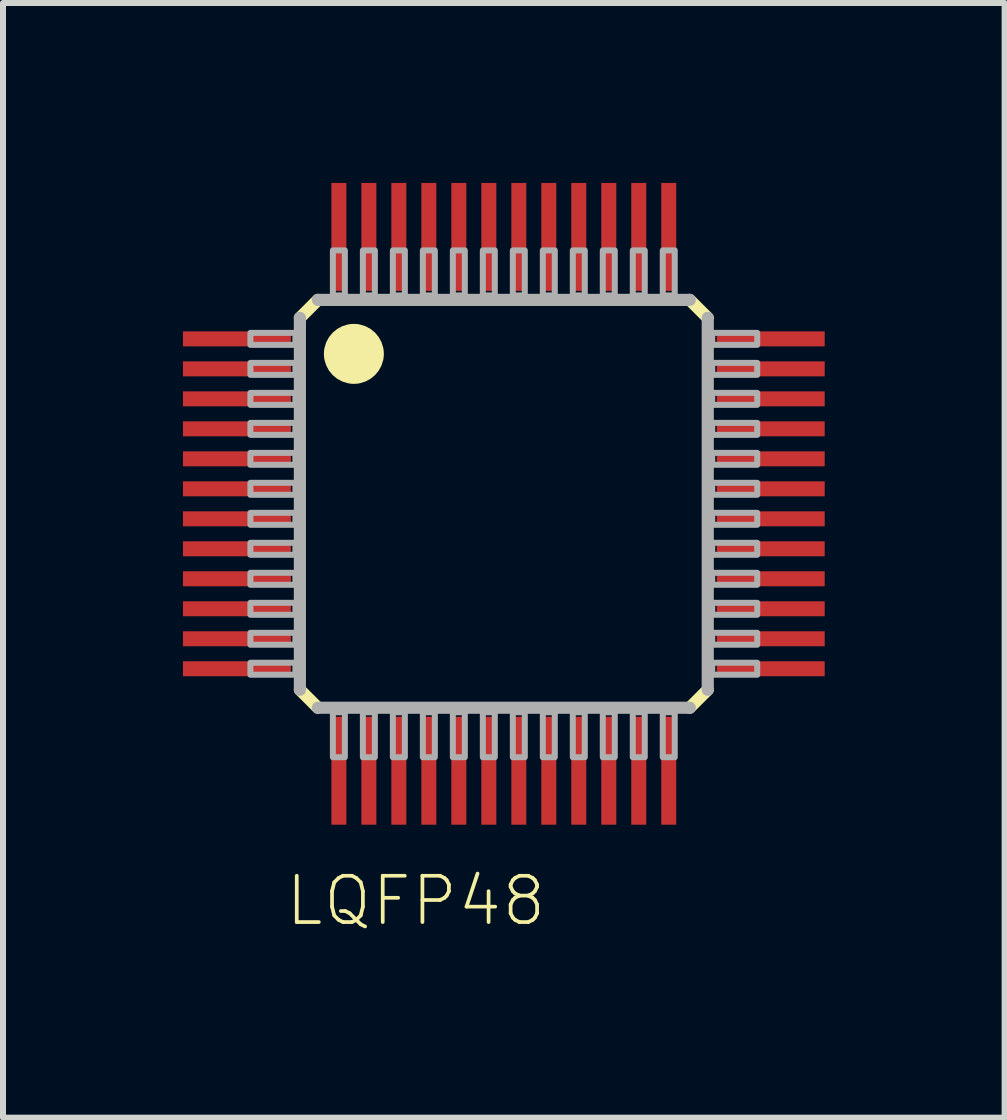
<source format=kicad_pcb>
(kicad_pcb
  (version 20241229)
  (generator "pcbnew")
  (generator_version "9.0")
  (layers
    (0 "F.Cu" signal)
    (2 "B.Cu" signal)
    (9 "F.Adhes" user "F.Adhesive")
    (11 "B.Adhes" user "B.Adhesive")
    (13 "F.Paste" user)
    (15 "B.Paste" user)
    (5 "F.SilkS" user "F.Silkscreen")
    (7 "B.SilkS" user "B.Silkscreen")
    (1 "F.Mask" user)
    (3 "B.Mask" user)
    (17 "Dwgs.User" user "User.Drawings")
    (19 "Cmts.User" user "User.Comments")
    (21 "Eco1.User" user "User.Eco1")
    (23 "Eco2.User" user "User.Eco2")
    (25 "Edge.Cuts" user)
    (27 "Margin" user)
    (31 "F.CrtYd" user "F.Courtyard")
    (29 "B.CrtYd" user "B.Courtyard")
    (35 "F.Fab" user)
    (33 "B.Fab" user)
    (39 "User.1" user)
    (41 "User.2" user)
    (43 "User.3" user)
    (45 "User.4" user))
  (footprint "LQFP48"
    (layer "F.Cu")
    (at 5.35 5.35)
    (property "Reference" "LQFP48" (at -3.677 7.071 180) (layer "F.SilkS") (effects (font (size 0.772 0.772) (thickness 0.062)) (justify left bottom)))
    (attr through_hole)
    (fp_poly (pts (xy -4.45 -2.55) (xy -3.45 -2.55) (xy -3.45 -2.95) (xy -4.45 -2.95)) (stroke (width 0) (type solid)) (fill yes) (layer "F.Mask"))
    (fp_poly (pts (xy -4.45 -2.05) (xy -3.45 -2.05) (xy -3.45 -2.45) (xy -4.45 -2.45)) (stroke (width 0) (type solid)) (fill yes) (layer "F.Mask"))
    (fp_poly (pts (xy -4.45 -1.55) (xy -3.45 -1.55) (xy -3.45 -1.95) (xy -4.45 -1.95)) (stroke (width 0) (type solid)) (fill yes) (layer "F.Mask"))
    (fp_poly (pts (xy -4.45 -1.05) (xy -3.45 -1.05) (xy -3.45 -1.45) (xy -4.45 -1.45)) (stroke (width 0) (type solid)) (fill yes) (layer "F.Mask"))
    (fp_poly (pts (xy -4.45 -0.55) (xy -3.45 -0.55) (xy -3.45 -0.95) (xy -4.45 -0.95)) (stroke (width 0) (type solid)) (fill yes) (layer "F.Mask"))
    (fp_poly (pts (xy -4.45 -0.05) (xy -3.45 -0.05) (xy -3.45 -0.45) (xy -4.45 -0.45)) (stroke (width 0) (type solid)) (fill yes) (layer "F.Mask"))
    (fp_poly (pts (xy -4.45 0.45) (xy -3.45 0.45) (xy -3.45 0.05) (xy -4.45 0.05)) (stroke (width 0) (type solid)) (fill yes) (layer "F.Mask"))
    (fp_poly (pts (xy -4.45 0.95) (xy -3.45 0.95) (xy -3.45 0.55) (xy -4.45 0.55)) (stroke (width 0) (type solid)) (fill yes) (layer "F.Mask"))
    (fp_poly (pts (xy -4.45 1.45) (xy -3.45 1.45) (xy -3.45 1.05) (xy -4.45 1.05)) (stroke (width 0) (type solid)) (fill yes) (layer "F.Mask"))
    (fp_poly (pts (xy -4.45 1.95) (xy -3.45 1.95) (xy -3.45 1.55) (xy -4.45 1.55)) (stroke (width 0) (type solid)) (fill yes) (layer "F.Mask"))
    (fp_poly (pts (xy -4.45 2.45) (xy -3.45 2.45) (xy -3.45 2.05) (xy -4.45 2.05)) (stroke (width 0) (type solid)) (fill yes) (layer "F.Mask"))
    (fp_poly (pts (xy -4.45 2.95) (xy -3.45 2.95) (xy -3.45 2.55) (xy -4.45 2.55)) (stroke (width 0) (type solid)) (fill yes) (layer "F.Mask"))
    (fp_poly (pts (xy -2.95 -4.45) (xy -2.95 -3.45) (xy -2.55 -3.45) (xy -2.55 -4.45)) (stroke (width 0) (type solid)) (fill yes) (layer "F.Mask"))
    (fp_poly (pts (xy -2.55 4.45) (xy -2.55 3.45) (xy -2.95 3.45) (xy -2.95 4.45)) (stroke (width 0) (type solid)) (fill yes) (layer "F.Mask"))
    (fp_poly (pts (xy -2.45 -4.45) (xy -2.45 -3.45) (xy -2.05 -3.45) (xy -2.05 -4.45)) (stroke (width 0) (type solid)) (fill yes) (layer "F.Mask"))
    (fp_poly (pts (xy -2.05 4.45) (xy -2.05 3.45) (xy -2.45 3.45) (xy -2.45 4.45)) (stroke (width 0) (type solid)) (fill yes) (layer "F.Mask"))
    (fp_poly (pts (xy -1.95 -4.45) (xy -1.95 -3.45) (xy -1.55 -3.45) (xy -1.55 -4.45)) (stroke (width 0) (type solid)) (fill yes) (layer "F.Mask"))
    (fp_poly (pts (xy -1.55 4.45) (xy -1.55 3.45) (xy -1.95 3.45) (xy -1.95 4.45)) (stroke (width 0) (type solid)) (fill yes) (layer "F.Mask"))
    (fp_poly (pts (xy -1.45 -4.45) (xy -1.45 -3.45) (xy -1.05 -3.45) (xy -1.05 -4.45)) (stroke (width 0) (type solid)) (fill yes) (layer "F.Mask"))
    (fp_poly (pts (xy -1.05 4.45) (xy -1.05 3.45) (xy -1.45 3.45) (xy -1.45 4.45)) (stroke (width 0) (type solid)) (fill yes) (layer "F.Mask"))
    (fp_poly (pts (xy -0.95 -4.45) (xy -0.95 -3.45) (xy -0.55 -3.45) (xy -0.55 -4.45)) (stroke (width 0) (type solid)) (fill yes) (layer "F.Mask"))
    (fp_poly (pts (xy -0.55 4.45) (xy -0.55 3.45) (xy -0.95 3.45) (xy -0.95 4.45)) (stroke (width 0) (type solid)) (fill yes) (layer "F.Mask"))
    (fp_poly (pts (xy -0.45 -4.45) (xy -0.45 -3.45) (xy -0.05 -3.45) (xy -0.05 -4.45)) (stroke (width 0) (type solid)) (fill yes) (layer "F.Mask"))
    (fp_poly (pts (xy -0.05 4.45) (xy -0.05 3.45) (xy -0.45 3.45) (xy -0.45 4.45)) (stroke (width 0) (type solid)) (fill yes) (layer "F.Mask"))
    (fp_poly (pts (xy 0.05 -4.45) (xy 0.05 -3.45) (xy 0.45 -3.45) (xy 0.45 -4.45)) (stroke (width 0) (type solid)) (fill yes) (layer "F.Mask"))
    (fp_poly (pts (xy 0.45 4.45) (xy 0.45 3.45) (xy 0.05 3.45) (xy 0.05 4.45)) (stroke (width 0) (type solid)) (fill yes) (layer "F.Mask"))
    (fp_poly (pts (xy 0.55 -4.45) (xy 0.55 -3.45) (xy 0.95 -3.45) (xy 0.95 -4.45)) (stroke (width 0) (type solid)) (fill yes) (layer "F.Mask"))
    (fp_poly (pts (xy 0.95 4.45) (xy 0.95 3.45) (xy 0.55 3.45) (xy 0.55 4.45)) (stroke (width 0) (type solid)) (fill yes) (layer "F.Mask"))
    (fp_poly (pts (xy 1.05 -4.45) (xy 1.05 -3.45) (xy 1.45 -3.45) (xy 1.45 -4.45)) (stroke (width 0) (type solid)) (fill yes) (layer "F.Mask"))
    (fp_poly (pts (xy 1.45 4.45) (xy 1.45 3.45) (xy 1.05 3.45) (xy 1.05 4.45)) (stroke (width 0) (type solid)) (fill yes) (layer "F.Mask"))
    (fp_poly (pts (xy 1.55 -4.45) (xy 1.55 -3.45) (xy 1.95 -3.45) (xy 1.95 -4.45)) (stroke (width 0) (type solid)) (fill yes) (layer "F.Mask"))
    (fp_poly (pts (xy 1.95 4.45) (xy 1.95 3.45) (xy 1.55 3.45) (xy 1.55 4.45)) (stroke (width 0) (type solid)) (fill yes) (layer "F.Mask"))
    (fp_poly (pts (xy 2.05 -4.45) (xy 2.05 -3.45) (xy 2.45 -3.45) (xy 2.45 -4.45)) (stroke (width 0) (type solid)) (fill yes) (layer "F.Mask"))
    (fp_poly (pts (xy 2.45 4.45) (xy 2.45 3.45) (xy 2.05 3.45) (xy 2.05 4.45)) (stroke (width 0) (type solid)) (fill yes) (layer "F.Mask"))
    (fp_poly (pts (xy 2.55 -4.45) (xy 2.55 -3.45) (xy 2.95 -3.45) (xy 2.95 -4.45)) (stroke (width 0) (type solid)) (fill yes) (layer "F.Mask"))
    (fp_poly (pts (xy 2.95 4.45) (xy 2.95 3.45) (xy 2.55 3.45) (xy 2.55 4.45)) (stroke (width 0) (type solid)) (fill yes) (layer "F.Mask"))
    (fp_poly (pts (xy 4.45 -2.95) (xy 3.45 -2.95) (xy 3.45 -2.55) (xy 4.45 -2.55)) (stroke (width 0) (type solid)) (fill yes) (layer "F.Mask"))
    (fp_poly (pts (xy 4.45 -2.45) (xy 3.45 -2.45) (xy 3.45 -2.05) (xy 4.45 -2.05)) (stroke (width 0) (type solid)) (fill yes) (layer "F.Mask"))
    (fp_poly (pts (xy 4.45 -1.95) (xy 3.45 -1.95) (xy 3.45 -1.55) (xy 4.45 -1.55)) (stroke (width 0) (type solid)) (fill yes) (layer "F.Mask"))
    (fp_poly (pts (xy 4.45 -1.45) (xy 3.45 -1.45) (xy 3.45 -1.05) (xy 4.45 -1.05)) (stroke (width 0) (type solid)) (fill yes) (layer "F.Mask"))
    (fp_poly (pts (xy 4.45 -0.95) (xy 3.45 -0.95) (xy 3.45 -0.55) (xy 4.45 -0.55)) (stroke (width 0) (type solid)) (fill yes) (layer "F.Mask"))
    (fp_poly (pts (xy 4.45 -0.45) (xy 3.45 -0.45) (xy 3.45 -0.05) (xy 4.45 -0.05)) (stroke (width 0) (type solid)) (fill yes) (layer "F.Mask"))
    (fp_poly (pts (xy 4.45 0.05) (xy 3.45 0.05) (xy 3.45 0.45) (xy 4.45 0.45)) (stroke (width 0) (type solid)) (fill yes) (layer "F.Mask"))
    (fp_poly (pts (xy 4.45 0.55) (xy 3.45 0.55) (xy 3.45 0.95) (xy 4.45 0.95)) (stroke (width 0) (type solid)) (fill yes) (layer "F.Mask"))
    (fp_poly (pts (xy 4.45 1.05) (xy 3.45 1.05) (xy 3.45 1.45) (xy 4.45 1.45)) (stroke (width 0) (type solid)) (fill yes) (layer "F.Mask"))
    (fp_poly (pts (xy 4.45 1.55) (xy 3.45 1.55) (xy 3.45 1.95) (xy 4.45 1.95)) (stroke (width 0) (type solid)) (fill yes) (layer "F.Mask"))
    (fp_poly (pts (xy 4.45 2.05) (xy 3.45 2.05) (xy 3.45 2.45) (xy 4.45 2.45)) (stroke (width 0) (type solid)) (fill yes) (layer "F.Mask"))
    (fp_poly (pts (xy 4.45 2.55) (xy 3.45 2.55) (xy 3.45 2.95) (xy 4.45 2.95)) (stroke (width 0) (type solid)) (fill yes) (layer "F.Mask"))
    (fp_line (start -3.4 -3.1) (end -3.1 -3.4) (stroke (width 0.203) (type solid)) (layer "F.SilkS"))
    (fp_line (start -3.1 3.4) (end -3.4 3.1) (stroke (width 0.203) (type solid)) (layer "F.SilkS"))
    (fp_line (start 3.1 -3.4) (end 3.4 -3.1) (stroke (width 0.203) (type solid)) (layer "F.SilkS"))
    (fp_line (start 3.4 3.1) (end 3.1 3.4) (stroke (width 0.203) (type solid)) (layer "F.SilkS"))
    (fp_circle (center -2.5 -2.5) (end -2.25 -2.5) (stroke (width 0.5) (type solid)) (fill no) (layer "F.SilkS"))
    (fp_poly (pts (xy -4.375 -2.625) (xy -3.525 -2.625) (xy -3.525 -2.875) (xy -4.375 -2.875)) (stroke (width 0) (type solid)) (fill yes) (layer "F.Paste"))
    (fp_poly (pts (xy -4.375 -2.125) (xy -3.525 -2.125) (xy -3.525 -2.375) (xy -4.375 -2.375)) (stroke (width 0) (type solid)) (fill yes) (layer "F.Paste"))
    (fp_poly (pts (xy -4.375 -1.625) (xy -3.525 -1.625) (xy -3.525 -1.875) (xy -4.375 -1.875)) (stroke (width 0) (type solid)) (fill yes) (layer "F.Paste"))
    (fp_poly (pts (xy -4.375 -1.125) (xy -3.525 -1.125) (xy -3.525 -1.375) (xy -4.375 -1.375)) (stroke (width 0) (type solid)) (fill yes) (layer "F.Paste"))
    (fp_poly (pts (xy -4.375 -0.625) (xy -3.525 -0.625) (xy -3.525 -0.875) (xy -4.375 -0.875)) (stroke (width 0) (type solid)) (fill yes) (layer "F.Paste"))
    (fp_poly (pts (xy -4.375 -0.125) (xy -3.525 -0.125) (xy -3.525 -0.375) (xy -4.375 -0.375)) (stroke (width 0) (type solid)) (fill yes) (layer "F.Paste"))
    (fp_poly (pts (xy -4.375 0.375) (xy -3.525 0.375) (xy -3.525 0.125) (xy -4.375 0.125)) (stroke (width 0) (type solid)) (fill yes) (layer "F.Paste"))
    (fp_poly (pts (xy -4.375 0.875) (xy -3.525 0.875) (xy -3.525 0.625) (xy -4.375 0.625)) (stroke (width 0) (type solid)) (fill yes) (layer "F.Paste"))
    (fp_poly (pts (xy -4.375 1.375) (xy -3.525 1.375) (xy -3.525 1.125) (xy -4.375 1.125)) (stroke (width 0) (type solid)) (fill yes) (layer "F.Paste"))
    (fp_poly (pts (xy -4.375 1.875) (xy -3.525 1.875) (xy -3.525 1.625) (xy -4.375 1.625)) (stroke (width 0) (type solid)) (fill yes) (layer "F.Paste"))
    (fp_poly (pts (xy -4.375 2.375) (xy -3.525 2.375) (xy -3.525 2.125) (xy -4.375 2.125)) (stroke (width 0) (type solid)) (fill yes) (layer "F.Paste"))
    (fp_poly (pts (xy -4.375 2.875) (xy -3.525 2.875) (xy -3.525 2.625) (xy -4.375 2.625)) (stroke (width 0) (type solid)) (fill yes) (layer "F.Paste"))
    (fp_poly (pts (xy -2.875 -4.375) (xy -2.875 -3.525) (xy -2.625 -3.525) (xy -2.625 -4.375)) (stroke (width 0) (type solid)) (fill yes) (layer "F.Paste"))
    (fp_poly (pts (xy -2.625 4.375) (xy -2.625 3.525) (xy -2.875 3.525) (xy -2.875 4.375)) (stroke (width 0) (type solid)) (fill yes) (layer "F.Paste"))
    (fp_poly (pts (xy -2.375 -4.375) (xy -2.375 -3.525) (xy -2.125 -3.525) (xy -2.125 -4.375)) (stroke (width 0) (type solid)) (fill yes) (layer "F.Paste"))
    (fp_poly (pts (xy -2.125 4.375) (xy -2.125 3.525) (xy -2.375 3.525) (xy -2.375 4.375)) (stroke (width 0) (type solid)) (fill yes) (layer "F.Paste"))
    (fp_poly (pts (xy -1.875 -4.375) (xy -1.875 -3.525) (xy -1.625 -3.525) (xy -1.625 -4.375)) (stroke (width 0) (type solid)) (fill yes) (layer "F.Paste"))
    (fp_poly (pts (xy -1.625 4.375) (xy -1.625 3.525) (xy -1.875 3.525) (xy -1.875 4.375)) (stroke (width 0) (type solid)) (fill yes) (layer "F.Paste"))
    (fp_poly (pts (xy -1.375 -4.375) (xy -1.375 -3.525) (xy -1.125 -3.525) (xy -1.125 -4.375)) (stroke (width 0) (type solid)) (fill yes) (layer "F.Paste"))
    (fp_poly (pts (xy -1.125 4.375) (xy -1.125 3.525) (xy -1.375 3.525) (xy -1.375 4.375)) (stroke (width 0) (type solid)) (fill yes) (layer "F.Paste"))
    (fp_poly (pts (xy -0.875 -4.375) (xy -0.875 -3.525) (xy -0.625 -3.525) (xy -0.625 -4.375)) (stroke (width 0) (type solid)) (fill yes) (layer "F.Paste"))
    (fp_poly (pts (xy -0.625 4.375) (xy -0.625 3.525) (xy -0.875 3.525) (xy -0.875 4.375)) (stroke (width 0) (type solid)) (fill yes) (layer "F.Paste"))
    (fp_poly (pts (xy -0.375 -4.375) (xy -0.375 -3.525) (xy -0.125 -3.525) (xy -0.125 -4.375)) (stroke (width 0) (type solid)) (fill yes) (layer "F.Paste"))
    (fp_poly (pts (xy -0.125 4.375) (xy -0.125 3.525) (xy -0.375 3.525) (xy -0.375 4.375)) (stroke (width 0) (type solid)) (fill yes) (layer "F.Paste"))
    (fp_poly (pts (xy 0.125 -4.375) (xy 0.125 -3.525) (xy 0.375 -3.525) (xy 0.375 -4.375)) (stroke (width 0) (type solid)) (fill yes) (layer "F.Paste"))
    (fp_poly (pts (xy 0.375 4.375) (xy 0.375 3.525) (xy 0.125 3.525) (xy 0.125 4.375)) (stroke (width 0) (type solid)) (fill yes) (layer "F.Paste"))
    (fp_poly (pts (xy 0.625 -4.375) (xy 0.625 -3.525) (xy 0.875 -3.525) (xy 0.875 -4.375)) (stroke (width 0) (type solid)) (fill yes) (layer "F.Paste"))
    (fp_poly (pts (xy 0.875 4.375) (xy 0.875 3.525) (xy 0.625 3.525) (xy 0.625 4.375)) (stroke (width 0) (type solid)) (fill yes) (layer "F.Paste"))
    (fp_poly (pts (xy 1.125 -4.375) (xy 1.125 -3.525) (xy 1.375 -3.525) (xy 1.375 -4.375)) (stroke (width 0) (type solid)) (fill yes) (layer "F.Paste"))
    (fp_poly (pts (xy 1.375 4.375) (xy 1.375 3.525) (xy 1.125 3.525) (xy 1.125 4.375)) (stroke (width 0) (type solid)) (fill yes) (layer "F.Paste"))
    (fp_poly (pts (xy 1.625 -4.375) (xy 1.625 -3.525) (xy 1.875 -3.525) (xy 1.875 -4.375)) (stroke (width 0) (type solid)) (fill yes) (layer "F.Paste"))
    (fp_poly (pts (xy 1.875 4.375) (xy 1.875 3.525) (xy 1.625 3.525) (xy 1.625 4.375)) (stroke (width 0) (type solid)) (fill yes) (layer "F.Paste"))
    (fp_poly (pts (xy 2.125 -4.375) (xy 2.125 -3.525) (xy 2.375 -3.525) (xy 2.375 -4.375)) (stroke (width 0) (type solid)) (fill yes) (layer "F.Paste"))
    (fp_poly (pts (xy 2.375 4.375) (xy 2.375 3.525) (xy 2.125 3.525) (xy 2.125 4.375)) (stroke (width 0) (type solid)) (fill yes) (layer "F.Paste"))
    (fp_poly (pts (xy 2.625 -4.375) (xy 2.625 -3.525) (xy 2.875 -3.525) (xy 2.875 -4.375)) (stroke (width 0) (type solid)) (fill yes) (layer "F.Paste"))
    (fp_poly (pts (xy 2.875 4.375) (xy 2.875 3.525) (xy 2.625 3.525) (xy 2.625 4.375)) (stroke (width 0) (type solid)) (fill yes) (layer "F.Paste"))
    (fp_poly (pts (xy 4.375 -2.875) (xy 3.525 -2.875) (xy 3.525 -2.625) (xy 4.375 -2.625)) (stroke (width 0) (type solid)) (fill yes) (layer "F.Paste"))
    (fp_poly (pts (xy 4.375 -2.375) (xy 3.525 -2.375) (xy 3.525 -2.125) (xy 4.375 -2.125)) (stroke (width 0) (type solid)) (fill yes) (layer "F.Paste"))
    (fp_poly (pts (xy 4.375 -1.875) (xy 3.525 -1.875) (xy 3.525 -1.625) (xy 4.375 -1.625)) (stroke (width 0) (type solid)) (fill yes) (layer "F.Paste"))
    (fp_poly (pts (xy 4.375 -1.375) (xy 3.525 -1.375) (xy 3.525 -1.125) (xy 4.375 -1.125)) (stroke (width 0) (type solid)) (fill yes) (layer "F.Paste"))
    (fp_poly (pts (xy 4.375 -0.875) (xy 3.525 -0.875) (xy 3.525 -0.625) (xy 4.375 -0.625)) (stroke (width 0) (type solid)) (fill yes) (layer "F.Paste"))
    (fp_poly (pts (xy 4.375 -0.375) (xy 3.525 -0.375) (xy 3.525 -0.125) (xy 4.375 -0.125)) (stroke (width 0) (type solid)) (fill yes) (layer "F.Paste"))
    (fp_poly (pts (xy 4.375 0.125) (xy 3.525 0.125) (xy 3.525 0.375) (xy 4.375 0.375)) (stroke (width 0) (type solid)) (fill yes) (layer "F.Paste"))
    (fp_poly (pts (xy 4.375 0.625) (xy 3.525 0.625) (xy 3.525 0.875) (xy 4.375 0.875)) (stroke (width 0) (type solid)) (fill yes) (layer "F.Paste"))
    (fp_poly (pts (xy 4.375 1.125) (xy 3.525 1.125) (xy 3.525 1.375) (xy 4.375 1.375)) (stroke (width 0) (type solid)) (fill yes) (layer "F.Paste"))
    (fp_poly (pts (xy 4.375 1.625) (xy 3.525 1.625) (xy 3.525 1.875) (xy 4.375 1.875)) (stroke (width 0) (type solid)) (fill yes) (layer "F.Paste"))
    (fp_poly (pts (xy 4.375 2.125) (xy 3.525 2.125) (xy 3.525 2.375) (xy 4.375 2.375)) (stroke (width 0) (type solid)) (fill yes) (layer "F.Paste"))
    (fp_poly (pts (xy 4.375 2.625) (xy 3.525 2.625) (xy 3.525 2.875) (xy 4.375 2.875)) (stroke (width 0) (type solid)) (fill yes) (layer "F.Paste"))
    (fp_line (start -3.4 3.1) (end -3.4 -3.1) (stroke (width 0.203) (type solid)) (layer "F.Fab"))
    (fp_line (start -3.1 -3.4) (end 3.1 -3.4) (stroke (width 0.203) (type solid)) (layer "F.Fab"))
    (fp_line (start 3.1 3.4) (end -3.1 3.4) (stroke (width 0.203) (type solid)) (layer "F.Fab"))
    (fp_line (start 3.4 -3.1) (end 3.4 3.1) (stroke (width 0.203) (type solid)) (layer "F.Fab"))
    (fp_poly (pts (xy -4.225 -2.65) (xy -3.475 -2.65) (xy -3.475 -2.85) (xy -4.225 -2.85)) (stroke (width 0.1) (type solid)) (fill no) (layer "F.Fab"))
    (fp_poly (pts (xy -4.225 -2.15) (xy -3.475 -2.15) (xy -3.475 -2.35) (xy -4.225 -2.35)) (stroke (width 0.1) (type solid)) (fill no) (layer "F.Fab"))
    (fp_poly (pts (xy -4.225 -1.65) (xy -3.475 -1.65) (xy -3.475 -1.85) (xy -4.225 -1.85)) (stroke (width 0.1) (type solid)) (fill no) (layer "F.Fab"))
    (fp_poly (pts (xy -4.225 -1.15) (xy -3.475 -1.15) (xy -3.475 -1.35) (xy -4.225 -1.35)) (stroke (width 0.1) (type solid)) (fill no) (layer "F.Fab"))
    (fp_poly (pts (xy -4.225 -0.65) (xy -3.475 -0.65) (xy -3.475 -0.85) (xy -4.225 -0.85)) (stroke (width 0.1) (type solid)) (fill no) (layer "F.Fab"))
    (fp_poly (pts (xy -4.225 -0.15) (xy -3.475 -0.15) (xy -3.475 -0.35) (xy -4.225 -0.35)) (stroke (width 0.1) (type solid)) (fill no) (layer "F.Fab"))
    (fp_poly (pts (xy -4.225 0.35) (xy -3.475 0.35) (xy -3.475 0.15) (xy -4.225 0.15)) (stroke (width 0.1) (type solid)) (fill no) (layer "F.Fab"))
    (fp_poly (pts (xy -4.225 0.85) (xy -3.475 0.85) (xy -3.475 0.65) (xy -4.225 0.65)) (stroke (width 0.1) (type solid)) (fill no) (layer "F.Fab"))
    (fp_poly (pts (xy -4.225 1.35) (xy -3.475 1.35) (xy -3.475 1.15) (xy -4.225 1.15)) (stroke (width 0.1) (type solid)) (fill no) (layer "F.Fab"))
    (fp_poly (pts (xy -4.225 1.85) (xy -3.475 1.85) (xy -3.475 1.65) (xy -4.225 1.65)) (stroke (width 0.1) (type solid)) (fill no) (layer "F.Fab"))
    (fp_poly (pts (xy -4.225 2.35) (xy -3.475 2.35) (xy -3.475 2.15) (xy -4.225 2.15)) (stroke (width 0.1) (type solid)) (fill no) (layer "F.Fab"))
    (fp_poly (pts (xy -4.225 2.85) (xy -3.475 2.85) (xy -3.475 2.65) (xy -4.225 2.65)) (stroke (width 0.1) (type solid)) (fill no) (layer "F.Fab"))
    (fp_poly (pts (xy -2.85 -4.225) (xy -2.85 -3.475) (xy -2.65 -3.475) (xy -2.65 -4.225)) (stroke (width 0.1) (type solid)) (fill no) (layer "F.Fab"))
    (fp_poly (pts (xy -2.65 4.225) (xy -2.65 3.475) (xy -2.85 3.475) (xy -2.85 4.225)) (stroke (width 0.1) (type solid)) (fill no) (layer "F.Fab"))
    (fp_poly (pts (xy -2.35 -4.225) (xy -2.35 -3.475) (xy -2.15 -3.475) (xy -2.15 -4.225)) (stroke (width 0.1) (type solid)) (fill no) (layer "F.Fab"))
    (fp_poly (pts (xy -2.15 4.225) (xy -2.15 3.475) (xy -2.35 3.475) (xy -2.35 4.225)) (stroke (width 0.1) (type solid)) (fill no) (layer "F.Fab"))
    (fp_poly (pts (xy -1.85 -4.225) (xy -1.85 -3.475) (xy -1.65 -3.475) (xy -1.65 -4.225)) (stroke (width 0.1) (type solid)) (fill no) (layer "F.Fab"))
    (fp_poly (pts (xy -1.65 4.225) (xy -1.65 3.475) (xy -1.85 3.475) (xy -1.85 4.225)) (stroke (width 0.1) (type solid)) (fill no) (layer "F.Fab"))
    (fp_poly (pts (xy -1.35 -4.225) (xy -1.35 -3.475) (xy -1.15 -3.475) (xy -1.15 -4.225)) (stroke (width 0.1) (type solid)) (fill no) (layer "F.Fab"))
    (fp_poly (pts (xy -1.15 4.225) (xy -1.15 3.475) (xy -1.35 3.475) (xy -1.35 4.225)) (stroke (width 0.1) (type solid)) (fill no) (layer "F.Fab"))
    (fp_poly (pts (xy -0.85 -4.225) (xy -0.85 -3.475) (xy -0.65 -3.475) (xy -0.65 -4.225)) (stroke (width 0.1) (type solid)) (fill no) (layer "F.Fab"))
    (fp_poly (pts (xy -0.65 4.225) (xy -0.65 3.475) (xy -0.85 3.475) (xy -0.85 4.225)) (stroke (width 0.1) (type solid)) (fill no) (layer "F.Fab"))
    (fp_poly (pts (xy -0.35 -4.225) (xy -0.35 -3.475) (xy -0.15 -3.475) (xy -0.15 -4.225)) (stroke (width 0.1) (type solid)) (fill no) (layer "F.Fab"))
    (fp_poly (pts (xy -0.15 4.225) (xy -0.15 3.475) (xy -0.35 3.475) (xy -0.35 4.225)) (stroke (width 0.1) (type solid)) (fill no) (layer "F.Fab"))
    (fp_poly (pts (xy 0.15 -4.225) (xy 0.15 -3.475) (xy 0.35 -3.475) (xy 0.35 -4.225)) (stroke (width 0.1) (type solid)) (fill no) (layer "F.Fab"))
    (fp_poly (pts (xy 0.35 4.225) (xy 0.35 3.475) (xy 0.15 3.475) (xy 0.15 4.225)) (stroke (width 0.1) (type solid)) (fill no) (layer "F.Fab"))
    (fp_poly (pts (xy 0.65 -4.225) (xy 0.65 -3.475) (xy 0.85 -3.475) (xy 0.85 -4.225)) (stroke (width 0.1) (type solid)) (fill no) (layer "F.Fab"))
    (fp_poly (pts (xy 0.85 4.225) (xy 0.85 3.475) (xy 0.65 3.475) (xy 0.65 4.225)) (stroke (width 0.1) (type solid)) (fill no) (layer "F.Fab"))
    (fp_poly (pts (xy 1.15 -4.225) (xy 1.15 -3.475) (xy 1.35 -3.475) (xy 1.35 -4.225)) (stroke (width 0.1) (type solid)) (fill no) (layer "F.Fab"))
    (fp_poly (pts (xy 1.35 4.225) (xy 1.35 3.475) (xy 1.15 3.475) (xy 1.15 4.225)) (stroke (width 0.1) (type solid)) (fill no) (layer "F.Fab"))
    (fp_poly (pts (xy 1.65 -4.225) (xy 1.65 -3.475) (xy 1.85 -3.475) (xy 1.85 -4.225)) (stroke (width 0.1) (type solid)) (fill no) (layer "F.Fab"))
    (fp_poly (pts (xy 1.85 4.225) (xy 1.85 3.475) (xy 1.65 3.475) (xy 1.65 4.225)) (stroke (width 0.1) (type solid)) (fill no) (layer "F.Fab"))
    (fp_poly (pts (xy 2.15 -4.225) (xy 2.15 -3.475) (xy 2.35 -3.475) (xy 2.35 -4.225)) (stroke (width 0.1) (type solid)) (fill no) (layer "F.Fab"))
    (fp_poly (pts (xy 2.35 4.225) (xy 2.35 3.475) (xy 2.15 3.475) (xy 2.15 4.225)) (stroke (width 0.1) (type solid)) (fill no) (layer "F.Fab"))
    (fp_poly (pts (xy 2.65 -4.225) (xy 2.65 -3.475) (xy 2.85 -3.475) (xy 2.85 -4.225)) (stroke (width 0.1) (type solid)) (fill no) (layer "F.Fab"))
    (fp_poly (pts (xy 2.85 4.225) (xy 2.85 3.475) (xy 2.65 3.475) (xy 2.65 4.225)) (stroke (width 0.1) (type solid)) (fill no) (layer "F.Fab"))
    (fp_poly (pts (xy 4.225 -2.85) (xy 3.475 -2.85) (xy 3.475 -2.65) (xy 4.225 -2.65)) (stroke (width 0.1) (type solid)) (fill no) (layer "F.Fab"))
    (fp_poly (pts (xy 4.225 -2.35) (xy 3.475 -2.35) (xy 3.475 -2.15) (xy 4.225 -2.15)) (stroke (width 0.1) (type solid)) (fill no) (layer "F.Fab"))
    (fp_poly (pts (xy 4.225 -1.85) (xy 3.475 -1.85) (xy 3.475 -1.65) (xy 4.225 -1.65)) (stroke (width 0.1) (type solid)) (fill no) (layer "F.Fab"))
    (fp_poly (pts (xy 4.225 -1.35) (xy 3.475 -1.35) (xy 3.475 -1.15) (xy 4.225 -1.15)) (stroke (width 0.1) (type solid)) (fill no) (layer "F.Fab"))
    (fp_poly (pts (xy 4.225 -0.85) (xy 3.475 -0.85) (xy 3.475 -0.65) (xy 4.225 -0.65)) (stroke (width 0.1) (type solid)) (fill no) (layer "F.Fab"))
    (fp_poly (pts (xy 4.225 -0.35) (xy 3.475 -0.35) (xy 3.475 -0.15) (xy 4.225 -0.15)) (stroke (width 0.1) (type solid)) (fill no) (layer "F.Fab"))
    (fp_poly (pts (xy 4.225 0.15) (xy 3.475 0.15) (xy 3.475 0.35) (xy 4.225 0.35)) (stroke (width 0.1) (type solid)) (fill no) (layer "F.Fab"))
    (fp_poly (pts (xy 4.225 0.65) (xy 3.475 0.65) (xy 3.475 0.85) (xy 4.225 0.85)) (stroke (width 0.1) (type solid)) (fill no) (layer "F.Fab"))
    (fp_poly (pts (xy 4.225 1.15) (xy 3.475 1.15) (xy 3.475 1.35) (xy 4.225 1.35)) (stroke (width 0.1) (type solid)) (fill no) (layer "F.Fab"))
    (fp_poly (pts (xy 4.225 1.65) (xy 3.475 1.65) (xy 3.475 1.85) (xy 4.225 1.85)) (stroke (width 0.1) (type solid)) (fill no) (layer "F.Fab"))
    (fp_poly (pts (xy 4.225 2.15) (xy 3.475 2.15) (xy 3.475 2.35) (xy 4.225 2.35)) (stroke (width 0.1) (type solid)) (fill no) (layer "F.Fab"))
    (fp_poly (pts (xy 4.225 2.65) (xy 3.475 2.65) (xy 3.475 2.85) (xy 4.225 2.85)) (stroke (width 0.1) (type solid)) (fill no) (layer "F.Fab"))
    (pad "1" smd rect (at -4.45 -2.75) (size 1.8 0.25) (layers "F.Cu" "F.Mask"))
    (pad "2" smd rect (at -4.45 -2.25) (size 1.8 0.25) (layers "F.Cu" "F.Mask"))
    (pad "3" smd rect (at -4.45 -1.75) (size 1.8 0.25) (layers "F.Cu" "F.Mask"))
    (pad "4" smd rect (at -4.45 -1.25) (size 1.8 0.25) (layers "F.Cu" "F.Mask"))
    (pad "5" smd rect (at -4.45 -0.75) (size 1.8 0.25) (layers "F.Cu" "F.Mask"))
    (pad "6" smd rect (at -4.45 -0.25) (size 1.8 0.25) (layers "F.Cu" "F.Mask"))
    (pad "7" smd rect (at -4.45 0.25) (size 1.8 0.25) (layers "F.Cu" "F.Mask"))
    (pad "8" smd rect (at -4.45 0.75) (size 1.8 0.25) (layers "F.Cu" "F.Mask"))
    (pad "9" smd rect (at -4.45 1.25) (size 1.8 0.25) (layers "F.Cu" "F.Mask"))
    (pad "10" smd rect (at -4.45 1.75) (size 1.8 0.25) (layers "F.Cu" "F.Mask"))
    (pad "11" smd rect (at -4.45 2.25) (size 1.8 0.25) (layers "F.Cu" "F.Mask"))
    (pad "12" smd rect (at -4.45 2.75) (size 1.8 0.25) (layers "F.Cu" "F.Mask"))
    (pad "13" smd rect (at -2.75 4.45 90) (size 1.8 0.25) (layers "F.Cu" "F.Mask"))
    (pad "14" smd rect (at -2.25 4.45 90) (size 1.8 0.25) (layers "F.Cu" "F.Mask"))
    (pad "15" smd rect (at -1.75 4.45 90) (size 1.8 0.25) (layers "F.Cu" "F.Mask"))
    (pad "16" smd rect (at -1.25 4.45 90) (size 1.8 0.25) (layers "F.Cu" "F.Mask"))
    (pad "17" smd rect (at -0.75 4.45 90) (size 1.8 0.25) (layers "F.Cu" "F.Mask"))
    (pad "18" smd rect (at -0.25 4.45 90) (size 1.8 0.25) (layers "F.Cu" "F.Mask"))
    (pad "19" smd rect (at 0.25 4.45 90) (size 1.8 0.25) (layers "F.Cu" "F.Mask"))
    (pad "20" smd rect (at 0.75 4.45 90) (size 1.8 0.25) (layers "F.Cu" "F.Mask"))
    (pad "21" smd rect (at 1.25 4.45 90) (size 1.8 0.25) (layers "F.Cu" "F.Mask"))
    (pad "22" smd rect (at 1.75 4.45 90) (size 1.8 0.25) (layers "F.Cu" "F.Mask"))
    (pad "23" smd rect (at 2.25 4.45 90) (size 1.8 0.25) (layers "F.Cu" "F.Mask"))
    (pad "24" smd rect (at 2.75 4.45 90) (size 1.8 0.25) (layers "F.Cu" "F.Mask"))
    (pad "25" smd rect (at 4.45 2.75 180) (size 1.8 0.25) (layers "F.Cu" "F.Mask"))
    (pad "26" smd rect (at 4.45 2.25 180) (size 1.8 0.25) (layers "F.Cu" "F.Mask"))
    (pad "27" smd rect (at 4.45 1.75 180) (size 1.8 0.25) (layers "F.Cu" "F.Mask"))
    (pad "28" smd rect (at 4.45 1.25 180) (size 1.8 0.25) (layers "F.Cu" "F.Mask"))
    (pad "29" smd rect (at 4.45 0.75 180) (size 1.8 0.25) (layers "F.Cu" "F.Mask"))
    (pad "30" smd rect (at 4.45 0.25 180) (size 1.8 0.25) (layers "F.Cu" "F.Mask"))
    (pad "31" smd rect (at 4.45 -0.25 180) (size 1.8 0.25) (layers "F.Cu" "F.Mask"))
    (pad "32" smd rect (at 4.45 -0.75 180) (size 1.8 0.25) (layers "F.Cu" "F.Mask"))
    (pad "33" smd rect (at 4.45 -1.25 180) (size 1.8 0.25) (layers "F.Cu" "F.Mask"))
    (pad "34" smd rect (at 4.45 -1.75 180) (size 1.8 0.25) (layers "F.Cu" "F.Mask"))
    (pad "35" smd rect (at 4.45 -2.25 180) (size 1.8 0.25) (layers "F.Cu" "F.Mask"))
    (pad "36" smd rect (at 4.45 -2.75 180) (size 1.8 0.25) (layers "F.Cu" "F.Mask"))
    (pad "37" smd rect (at 2.75 -4.45 270) (size 1.8 0.25) (layers "F.Cu" "F.Mask"))
    (pad "38" smd rect (at 2.25 -4.45 270) (size 1.8 0.25) (layers "F.Cu" "F.Mask"))
    (pad "39" smd rect (at 1.75 -4.45 270) (size 1.8 0.25) (layers "F.Cu" "F.Mask"))
    (pad "40" smd rect (at 1.25 -4.45 270) (size 1.8 0.25) (layers "F.Cu" "F.Mask"))
    (pad "41" smd rect (at 0.75 -4.45 270) (size 1.8 0.25) (layers "F.Cu" "F.Mask"))
    (pad "42" smd rect (at 0.25 -4.45 270) (size 1.8 0.25) (layers "F.Cu" "F.Mask"))
    (pad "43" smd rect (at -0.25 -4.45 270) (size 1.8 0.25) (layers "F.Cu" "F.Mask"))
    (pad "44" smd rect (at -0.75 -4.45 270) (size 1.8 0.25) (layers "F.Cu" "F.Mask"))
    (pad "45" smd rect (at -1.25 -4.45 270) (size 1.8 0.25) (layers "F.Cu" "F.Mask"))
    (pad "46" smd rect (at -1.75 -4.45 270) (size 1.8 0.25) (layers "F.Cu" "F.Mask"))
    (pad "47" smd rect (at -2.25 -4.45 270) (size 1.8 0.25) (layers "F.Cu" "F.Mask"))
    (pad "48" smd rect (at -2.75 -4.45 270) (size 1.8 0.25) (layers "F.Cu" "F.Mask")))
  (gr_rect
    (start -3 -3)
    (end 13.7 15.584)
    (stroke (width 0.1) (type default))
    (fill no)
    (layer "Edge.Cuts")))
</source>
